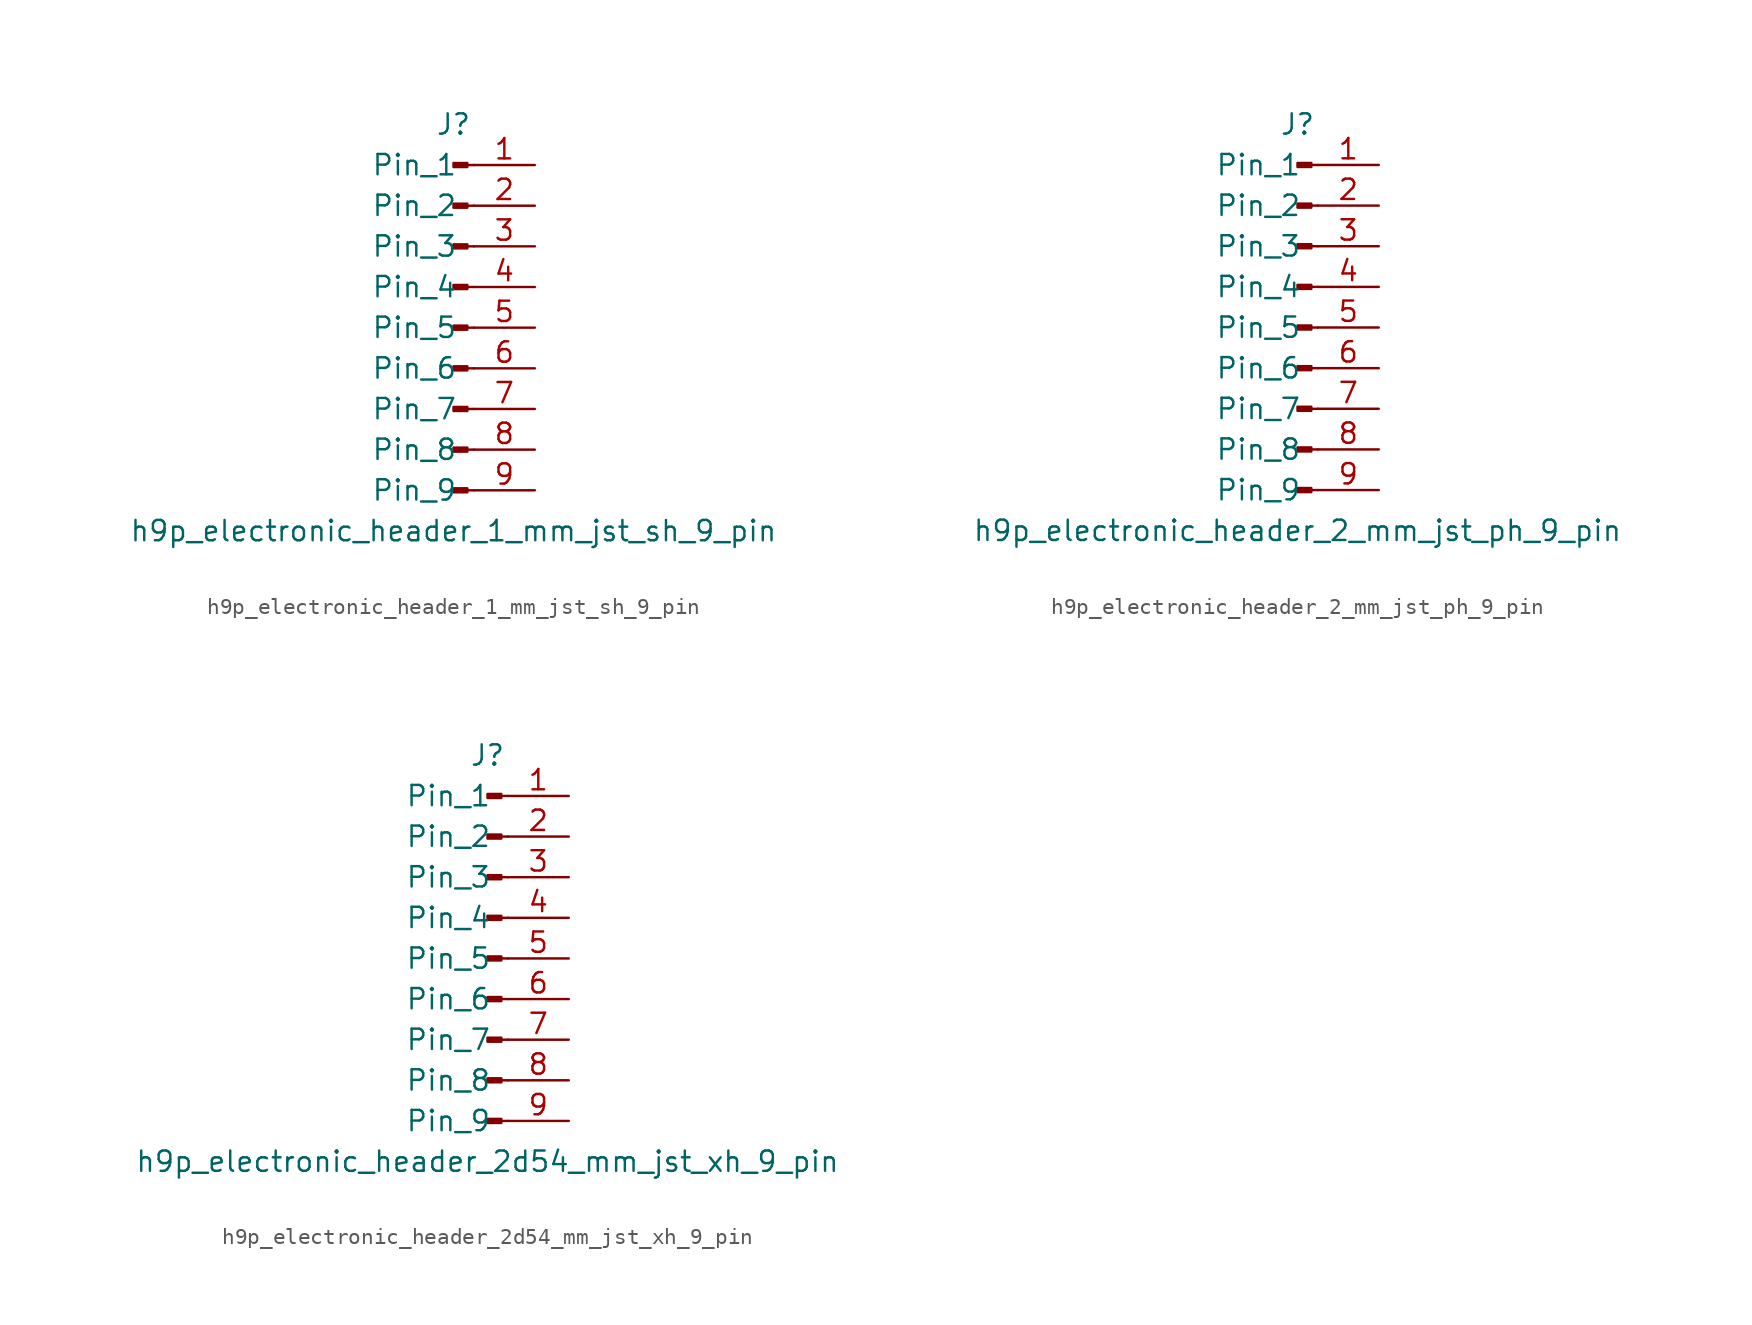
<source format=kicad_sym>
(kicad_symbol_lib
  (version 20220914)
  (generator kicad_symbol_editor)
  (symbol "h9p_electronic_header_1_mm_jst_sh_9_pin"
    (pin_names
      (offset 1.016))
    (property "Reference" "J"
      (at 0 12.7 0)
      (effects (font (size 1.27 1.27))))
    (property "Value" "h9p_electronic_header_1_mm_jst_sh_9_pin"
      (at 0 -12.7 0)
      (effects (font (size 1.27 1.27))))
    (property "ki_locked" ""
      (at 0 0 0)
      (effects (font (size 1.27 1.27))))
    (symbol "h9p_electronic_header_1_mm_jst_sh_9_pin_1_1"
      (polyline (pts (xy 1.27 -10.16) (xy 0.864 -10.16)) (stroke (width 0.152) (type default)) (fill (type none)))
      (polyline (pts (xy 1.27 -7.62) (xy 0.864 -7.62)) (stroke (width 0.152) (type default)) (fill (type none)))
      (polyline (pts (xy 1.27 -5.08) (xy 0.864 -5.08)) (stroke (width 0.152) (type default)) (fill (type none)))
      (polyline (pts (xy 1.27 -2.54) (xy 0.864 -2.54)) (stroke (width 0.152) (type default)) (fill (type none)))
      (polyline (pts (xy 1.27 0) (xy 0.864 0)) (stroke (width 0.152) (type default)) (fill (type none)))
      (polyline (pts (xy 1.27 2.54) (xy 0.864 2.54)) (stroke (width 0.152) (type default)) (fill (type none)))
      (polyline (pts (xy 1.27 5.08) (xy 0.864 5.08)) (stroke (width 0.152) (type default)) (fill (type none)))
      (polyline (pts (xy 1.27 7.62) (xy 0.864 7.62)) (stroke (width 0.152) (type default)) (fill (type none)))
      (polyline (pts (xy 1.27 10.16) (xy 0.864 10.16)) (stroke (width 0.152) (type default)) (fill (type none)))
      (rectangle (start 0.864 -10.033) (end 0 -10.287) (stroke (width 0.152) (type default)) (fill (type outline)))
      (rectangle (start 0.864 -7.493) (end 0 -7.747) (stroke (width 0.152) (type default)) (fill (type outline)))
      (rectangle (start 0.864 -4.953) (end 0 -5.207) (stroke (width 0.152) (type default)) (fill (type outline)))
      (rectangle (start 0.864 -2.413) (end 0 -2.667) (stroke (width 0.152) (type default)) (fill (type outline)))
      (rectangle (start 0.864 0.127) (end 0 -0.127) (stroke (width 0.152) (type default)) (fill (type outline)))
      (rectangle (start 0.864 2.667) (end 0 2.413) (stroke (width 0.152) (type default)) (fill (type outline)))
      (rectangle (start 0.864 5.207) (end 0 4.953) (stroke (width 0.152) (type default)) (fill (type outline)))
      (rectangle (start 0.864 7.747) (end 0 7.493) (stroke (width 0.152) (type default)) (fill (type outline)))
      (rectangle (start 0.864 10.287) (end 0 10.033) (stroke (width 0.152) (type default)) (fill (type outline)))
      (pin passive line (at 5.08 10.16 180) (length 3.81) (name "Pin_1" (effects (font (size 1.27 1.27)))) (number "1" (effects (font (size 1.27 1.27)))))
      (pin passive line (at 5.08 7.62 180) (length 3.81) (name "Pin_2" (effects (font (size 1.27 1.27)))) (number "2" (effects (font (size 1.27 1.27)))))
      (pin passive line (at 5.08 5.08 180) (length 3.81) (name "Pin_3" (effects (font (size 1.27 1.27)))) (number "3" (effects (font (size 1.27 1.27)))))
      (pin passive line (at 5.08 2.54 180) (length 3.81) (name "Pin_4" (effects (font (size 1.27 1.27)))) (number "4" (effects (font (size 1.27 1.27)))))
      (pin passive line (at 5.08 0 180) (length 3.81) (name "Pin_5" (effects (font (size 1.27 1.27)))) (number "5" (effects (font (size 1.27 1.27)))))
      (pin passive line (at 5.08 -2.54 180) (length 3.81) (name "Pin_6" (effects (font (size 1.27 1.27)))) (number "6" (effects (font (size 1.27 1.27)))))
      (pin passive line (at 5.08 -5.08 180) (length 3.81) (name "Pin_7" (effects (font (size 1.27 1.27)))) (number "7" (effects (font (size 1.27 1.27)))))
      (pin passive line (at 5.08 -7.62 180) (length 3.81) (name "Pin_8" (effects (font (size 1.27 1.27)))) (number "8" (effects (font (size 1.27 1.27)))))
      (pin passive line (at 5.08 -10.16 180) (length 3.81) (name "Pin_9" (effects (font (size 1.27 1.27)))) (number "9" (effects (font (size 1.27 1.27)))))))
  (symbol "h9p_electronic_header_2_mm_jst_ph_9_pin"
    (pin_names
      (offset 1.016))
    (property "Reference" "J"
      (at 0 12.7 0)
      (effects (font (size 1.27 1.27))))
    (property "Value" "h9p_electronic_header_2_mm_jst_ph_9_pin"
      (at 0 -12.7 0)
      (effects (font (size 1.27 1.27))))
    (property "ki_locked" ""
      (at 0 0 0)
      (effects (font (size 1.27 1.27))))
    (symbol "h9p_electronic_header_2_mm_jst_ph_9_pin_1_1"
      (polyline (pts (xy 1.27 -10.16) (xy 0.864 -10.16)) (stroke (width 0.152) (type default)) (fill (type none)))
      (polyline (pts (xy 1.27 -7.62) (xy 0.864 -7.62)) (stroke (width 0.152) (type default)) (fill (type none)))
      (polyline (pts (xy 1.27 -5.08) (xy 0.864 -5.08)) (stroke (width 0.152) (type default)) (fill (type none)))
      (polyline (pts (xy 1.27 -2.54) (xy 0.864 -2.54)) (stroke (width 0.152) (type default)) (fill (type none)))
      (polyline (pts (xy 1.27 0) (xy 0.864 0)) (stroke (width 0.152) (type default)) (fill (type none)))
      (polyline (pts (xy 1.27 2.54) (xy 0.864 2.54)) (stroke (width 0.152) (type default)) (fill (type none)))
      (polyline (pts (xy 1.27 5.08) (xy 0.864 5.08)) (stroke (width 0.152) (type default)) (fill (type none)))
      (polyline (pts (xy 1.27 7.62) (xy 0.864 7.62)) (stroke (width 0.152) (type default)) (fill (type none)))
      (polyline (pts (xy 1.27 10.16) (xy 0.864 10.16)) (stroke (width 0.152) (type default)) (fill (type none)))
      (rectangle (start 0.864 -10.033) (end 0 -10.287) (stroke (width 0.152) (type default)) (fill (type outline)))
      (rectangle (start 0.864 -7.493) (end 0 -7.747) (stroke (width 0.152) (type default)) (fill (type outline)))
      (rectangle (start 0.864 -4.953) (end 0 -5.207) (stroke (width 0.152) (type default)) (fill (type outline)))
      (rectangle (start 0.864 -2.413) (end 0 -2.667) (stroke (width 0.152) (type default)) (fill (type outline)))
      (rectangle (start 0.864 0.127) (end 0 -0.127) (stroke (width 0.152) (type default)) (fill (type outline)))
      (rectangle (start 0.864 2.667) (end 0 2.413) (stroke (width 0.152) (type default)) (fill (type outline)))
      (rectangle (start 0.864 5.207) (end 0 4.953) (stroke (width 0.152) (type default)) (fill (type outline)))
      (rectangle (start 0.864 7.747) (end 0 7.493) (stroke (width 0.152) (type default)) (fill (type outline)))
      (rectangle (start 0.864 10.287) (end 0 10.033) (stroke (width 0.152) (type default)) (fill (type outline)))
      (pin passive line (at 5.08 10.16 180) (length 3.81) (name "Pin_1" (effects (font (size 1.27 1.27)))) (number "1" (effects (font (size 1.27 1.27)))))
      (pin passive line (at 5.08 7.62 180) (length 3.81) (name "Pin_2" (effects (font (size 1.27 1.27)))) (number "2" (effects (font (size 1.27 1.27)))))
      (pin passive line (at 5.08 5.08 180) (length 3.81) (name "Pin_3" (effects (font (size 1.27 1.27)))) (number "3" (effects (font (size 1.27 1.27)))))
      (pin passive line (at 5.08 2.54 180) (length 3.81) (name "Pin_4" (effects (font (size 1.27 1.27)))) (number "4" (effects (font (size 1.27 1.27)))))
      (pin passive line (at 5.08 0 180) (length 3.81) (name "Pin_5" (effects (font (size 1.27 1.27)))) (number "5" (effects (font (size 1.27 1.27)))))
      (pin passive line (at 5.08 -2.54 180) (length 3.81) (name "Pin_6" (effects (font (size 1.27 1.27)))) (number "6" (effects (font (size 1.27 1.27)))))
      (pin passive line (at 5.08 -5.08 180) (length 3.81) (name "Pin_7" (effects (font (size 1.27 1.27)))) (number "7" (effects (font (size 1.27 1.27)))))
      (pin passive line (at 5.08 -7.62 180) (length 3.81) (name "Pin_8" (effects (font (size 1.27 1.27)))) (number "8" (effects (font (size 1.27 1.27)))))
      (pin passive line (at 5.08 -10.16 180) (length 3.81) (name "Pin_9" (effects (font (size 1.27 1.27)))) (number "9" (effects (font (size 1.27 1.27)))))))
  (symbol "h9p_electronic_header_2d54_mm_jst_xh_9_pin"
    (pin_names
      (offset 1.016))
    (property "Reference" "J"
      (at 0 12.7 0)
      (effects (font (size 1.27 1.27))))
    (property "Value" "h9p_electronic_header_2d54_mm_jst_xh_9_pin"
      (at 0 -12.7 0)
      (effects (font (size 1.27 1.27))))
    (property "ki_locked" ""
      (at 0 0 0)
      (effects (font (size 1.27 1.27))))
    (symbol "h9p_electronic_header_2d54_mm_jst_xh_9_pin_1_1"
      (polyline (pts (xy 1.27 -10.16) (xy 0.864 -10.16)) (stroke (width 0.152) (type default)) (fill (type none)))
      (polyline (pts (xy 1.27 -7.62) (xy 0.864 -7.62)) (stroke (width 0.152) (type default)) (fill (type none)))
      (polyline (pts (xy 1.27 -5.08) (xy 0.864 -5.08)) (stroke (width 0.152) (type default)) (fill (type none)))
      (polyline (pts (xy 1.27 -2.54) (xy 0.864 -2.54)) (stroke (width 0.152) (type default)) (fill (type none)))
      (polyline (pts (xy 1.27 0) (xy 0.864 0)) (stroke (width 0.152) (type default)) (fill (type none)))
      (polyline (pts (xy 1.27 2.54) (xy 0.864 2.54)) (stroke (width 0.152) (type default)) (fill (type none)))
      (polyline (pts (xy 1.27 5.08) (xy 0.864 5.08)) (stroke (width 0.152) (type default)) (fill (type none)))
      (polyline (pts (xy 1.27 7.62) (xy 0.864 7.62)) (stroke (width 0.152) (type default)) (fill (type none)))
      (polyline (pts (xy 1.27 10.16) (xy 0.864 10.16)) (stroke (width 0.152) (type default)) (fill (type none)))
      (rectangle (start 0.864 -10.033) (end 0 -10.287) (stroke (width 0.152) (type default)) (fill (type outline)))
      (rectangle (start 0.864 -7.493) (end 0 -7.747) (stroke (width 0.152) (type default)) (fill (type outline)))
      (rectangle (start 0.864 -4.953) (end 0 -5.207) (stroke (width 0.152) (type default)) (fill (type outline)))
      (rectangle (start 0.864 -2.413) (end 0 -2.667) (stroke (width 0.152) (type default)) (fill (type outline)))
      (rectangle (start 0.864 0.127) (end 0 -0.127) (stroke (width 0.152) (type default)) (fill (type outline)))
      (rectangle (start 0.864 2.667) (end 0 2.413) (stroke (width 0.152) (type default)) (fill (type outline)))
      (rectangle (start 0.864 5.207) (end 0 4.953) (stroke (width 0.152) (type default)) (fill (type outline)))
      (rectangle (start 0.864 7.747) (end 0 7.493) (stroke (width 0.152) (type default)) (fill (type outline)))
      (rectangle (start 0.864 10.287) (end 0 10.033) (stroke (width 0.152) (type default)) (fill (type outline)))
      (pin passive line (at 5.08 10.16 180) (length 3.81) (name "Pin_1" (effects (font (size 1.27 1.27)))) (number "1" (effects (font (size 1.27 1.27)))))
      (pin passive line (at 5.08 7.62 180) (length 3.81) (name "Pin_2" (effects (font (size 1.27 1.27)))) (number "2" (effects (font (size 1.27 1.27)))))
      (pin passive line (at 5.08 5.08 180) (length 3.81) (name "Pin_3" (effects (font (size 1.27 1.27)))) (number "3" (effects (font (size 1.27 1.27)))))
      (pin passive line (at 5.08 2.54 180) (length 3.81) (name "Pin_4" (effects (font (size 1.27 1.27)))) (number "4" (effects (font (size 1.27 1.27)))))
      (pin passive line (at 5.08 0 180) (length 3.81) (name "Pin_5" (effects (font (size 1.27 1.27)))) (number "5" (effects (font (size 1.27 1.27)))))
      (pin passive line (at 5.08 -2.54 180) (length 3.81) (name "Pin_6" (effects (font (size 1.27 1.27)))) (number "6" (effects (font (size 1.27 1.27)))))
      (pin passive line (at 5.08 -5.08 180) (length 3.81) (name "Pin_7" (effects (font (size 1.27 1.27)))) (number "7" (effects (font (size 1.27 1.27)))))
      (pin passive line (at 5.08 -7.62 180) (length 3.81) (name "Pin_8" (effects (font (size 1.27 1.27)))) (number "8" (effects (font (size 1.27 1.27)))))
      (pin passive line (at 5.08 -10.16 180) (length 3.81) (name "Pin_9" (effects (font (size 1.27 1.27)))) (number "9" (effects (font (size 1.27 1.27))))))))
</source>
